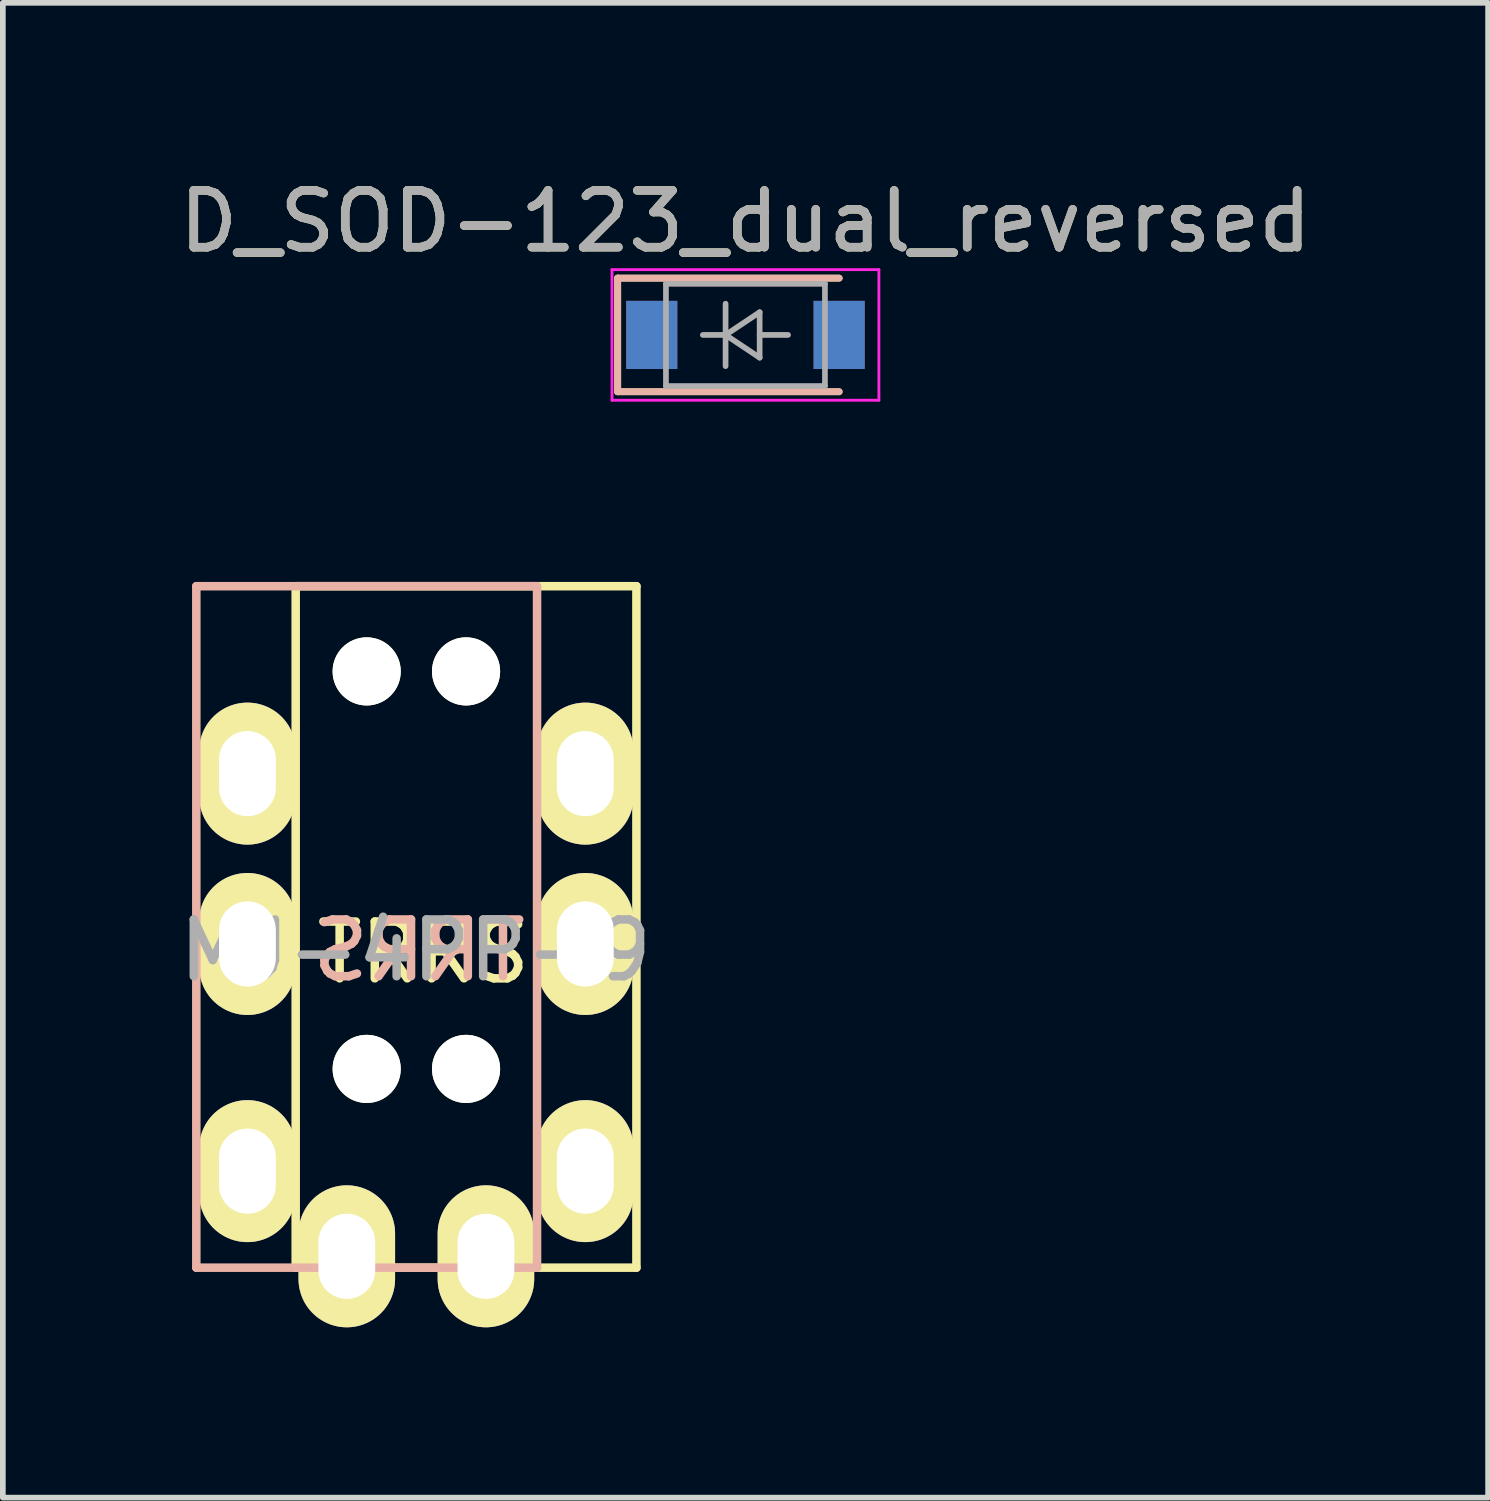
<source format=kicad_pcb>
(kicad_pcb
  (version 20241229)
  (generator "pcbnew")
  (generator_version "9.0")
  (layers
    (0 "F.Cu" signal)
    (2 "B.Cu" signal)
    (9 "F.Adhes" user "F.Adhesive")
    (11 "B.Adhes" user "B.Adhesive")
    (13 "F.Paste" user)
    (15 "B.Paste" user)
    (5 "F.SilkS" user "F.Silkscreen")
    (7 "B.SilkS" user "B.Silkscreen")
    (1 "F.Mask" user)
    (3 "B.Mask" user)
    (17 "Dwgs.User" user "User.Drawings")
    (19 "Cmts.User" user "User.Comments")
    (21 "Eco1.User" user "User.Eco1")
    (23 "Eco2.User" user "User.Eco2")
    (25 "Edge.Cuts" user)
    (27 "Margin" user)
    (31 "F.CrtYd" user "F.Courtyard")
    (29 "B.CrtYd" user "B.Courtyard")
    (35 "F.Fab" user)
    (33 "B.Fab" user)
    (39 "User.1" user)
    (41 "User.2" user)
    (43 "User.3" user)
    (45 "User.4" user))
  (footprint "D_SOD-123_dual_reversed"
    (layer "F.Cu")
    (at 10.077 2.848)
    (property "Reference" "D_SOD-123_dual_reversed" (at 0 -2 0) (layer "F.SilkS") (effects (font (size 1 1) (thickness 0.15))))
    (attr smd)
    (fp_line (start -2.25 -1) (end -2.25 1) (stroke (width 0.12) (type solid)) (layer "F.SilkS"))
    (fp_line (start -2.25 -1) (end 1.65 -1) (stroke (width 0.12) (type solid)) (layer "F.SilkS"))
    (fp_line (start -2.25 1) (end 1.65 1) (stroke (width 0.12) (type solid)) (layer "F.SilkS"))
    (fp_line (start -2.25 -1) (end -2.25 1) (stroke (width 0.12) (type solid)) (layer "B.SilkS"))
    (fp_line (start -2.25 -1) (end 1.65 -1) (stroke (width 0.12) (type solid)) (layer "B.SilkS"))
    (fp_line (start -2.25 1) (end 1.65 1) (stroke (width 0.12) (type solid)) (layer "B.SilkS"))
    (fp_line (start -2.35 -1.15) (end -2.35 1.15) (stroke (width 0.05) (type solid)) (layer "F.CrtYd"))
    (fp_line (start -2.35 -1.15) (end 2.35 -1.15) (stroke (width 0.05) (type solid)) (layer "F.CrtYd"))
    (fp_line (start 2.35 -1.15) (end 2.35 1.15) (stroke (width 0.05) (type solid)) (layer "F.CrtYd"))
    (fp_line (start 2.35 1.15) (end -2.35 1.15) (stroke (width 0.05) (type solid)) (layer "F.CrtYd"))
    (fp_line (start -1.4 -0.9) (end 1.4 -0.9) (stroke (width 0.1) (type solid)) (layer "F.Fab"))
    (fp_line (start -1.4 0.9) (end -1.4 -0.9) (stroke (width 0.1) (type solid)) (layer "F.Fab"))
    (fp_line (start -0.75 0) (end -0.35 0) (stroke (width 0.1) (type solid)) (layer "F.Fab"))
    (fp_line (start -0.35 0) (end -0.35 -0.55) (stroke (width 0.1) (type solid)) (layer "F.Fab"))
    (fp_line (start -0.35 0) (end -0.35 0.55) (stroke (width 0.1) (type solid)) (layer "F.Fab"))
    (fp_line (start -0.35 0) (end 0.25 -0.4) (stroke (width 0.1) (type solid)) (layer "F.Fab"))
    (fp_line (start 0.25 -0.4) (end 0.25 0.4) (stroke (width 0.1) (type solid)) (layer "F.Fab"))
    (fp_line (start 0.25 0) (end 0.75 0) (stroke (width 0.1) (type solid)) (layer "F.Fab"))
    (fp_line (start 0.25 0.4) (end -0.35 0) (stroke (width 0.1) (type solid)) (layer "F.Fab"))
    (fp_line (start 1.4 -0.9) (end 1.4 0.9) (stroke (width 0.1) (type solid)) (layer "F.Fab"))
    (fp_line (start 1.4 0.9) (end -1.4 0.9) (stroke (width 0.1) (type solid)) (layer "F.Fab"))
    (fp_text user "${REFERENCE}" (at 0 -2 0) (layer "F.Fab") (effects (font (size 1 1) (thickness 0.15))))
    (pad "1" smd rect (at -1.65 0) (size 0.9 1.2) (layers "F.Cu" "F.Mask" "F.Paste"))
    (pad "1" smd rect (at -1.65 0) (size 0.9 1.2) (layers "B.Cu" "B.Mask" "B.Paste"))
    (pad "2" smd rect (at 1.65 0) (size 0.9 1.2) (layers "F.Cu" "F.Mask" "F.Paste"))
    (pad "2" smd rect (at 1.65 0) (size 0.9 1.2) (layers "B.Cu" "B.Mask" "B.Paste")))
  (footprint "MJ-4PP-9"
    (layer "F.Cu")
    (at 5.157 7.273)
    (property "Reference" "MJ-4PP-9" (at -0.889 6.413 0) (layer "F.Fab") (effects (font (size 1 1) (thickness 0.15))))
    (attr through_hole)
    (fp_line (start -3 0) (end 3 0) (stroke (width 0.15) (type solid)) (layer "F.SilkS"))
    (fp_line (start -3 12) (end -3 0) (stroke (width 0.15) (type solid)) (layer "F.SilkS"))
    (fp_line (start 3 0) (end 3 12) (stroke (width 0.15) (type solid)) (layer "F.SilkS"))
    (fp_line (start 3 12) (end -3 12) (stroke (width 0.15) (type solid)) (layer "F.SilkS"))
    (fp_line (start -4.75 0) (end 1.25 0) (stroke (width 0.15) (type solid)) (layer "B.SilkS"))
    (fp_line (start -4.75 12) (end -4.75 0) (stroke (width 0.15) (type solid)) (layer "B.SilkS"))
    (fp_line (start 1.25 0) (end 1.25 12) (stroke (width 0.15) (type solid)) (layer "B.SilkS"))
    (fp_line (start 1.25 12) (end -4.75 12) (stroke (width 0.15) (type solid)) (layer "B.SilkS"))
    (fp_text user "TRRS" (at -0.75 6.45 0) (layer "F.SilkS") (effects (font (size 1 1) (thickness 0.15))))
    (fp_text user "TRRS" (at -0.826 6.413 0) (layer "B.SilkS") (effects (font (size 1 1) (thickness 0.15)) (justify mirror)))
    (pad "" np_thru_hole circle (at -1.75 1.5) (size 1.2 1.2) (drill 1.2) (layers "*.Cu" "*.Mask" "F.SilkS"))
    (pad "" np_thru_hole circle (at -1.75 8.5) (size 1.2 1.2) (drill 1.2) (layers "*.Cu" "*.Mask" "F.SilkS"))
    (pad "" np_thru_hole circle (at 0 1.5) (size 1.2 1.2) (drill 1.2) (layers "*.Cu" "*.Mask" "F.SilkS"))
    (pad "" np_thru_hole circle (at 0 8.5) (size 1.2 1.2) (drill 1.2) (layers "*.Cu" "*.Mask" "F.SilkS"))
    (pad "A" thru_hole oval (at -2.1 11.8) (size 1.7 2.5) (drill oval 1 1.5) (layers "*.Cu" "*.Mask" "F.SilkS"))
    (pad "A" thru_hole oval (at 0.35 11.8) (size 1.7 2.5) (drill oval 1 1.5) (layers "*.Cu" "*.Mask" "F.SilkS"))
    (pad "B" thru_hole oval (at -3.85 3.3) (size 1.7 2.5) (drill oval 1 1.5) (layers "*.Cu" "*.Mask" "F.SilkS"))
    (pad "B" thru_hole oval (at 2.1 3.3) (size 1.7 2.5) (drill oval 1 1.5) (layers "*.Cu" "*.Mask" "F.SilkS"))
    (pad "C" thru_hole oval (at -3.85 6.3) (size 1.7 2.5) (drill oval 1 1.5) (layers "*.Cu" "*.Mask" "F.SilkS"))
    (pad "C" thru_hole oval (at 2.1 6.3) (size 1.7 2.5) (drill oval 1 1.5) (layers "*.Cu" "*.Mask" "F.SilkS"))
    (pad "D" thru_hole oval (at -3.85 10.3) (size 1.7 2.5) (drill oval 1 1.5) (layers "*.Cu" "*.Mask" "F.SilkS"))
    (pad "D" thru_hole oval (at 2.1 10.3) (size 1.7 2.5) (drill oval 1 1.5) (layers "*.Cu" "*.Mask" "F.SilkS")))
  (gr_rect
    (start -3 -3)
    (end 23.155 23.323)
    (stroke (width 0.1) (type default))
    (fill no)
    (layer "Edge.Cuts")))
</source>
